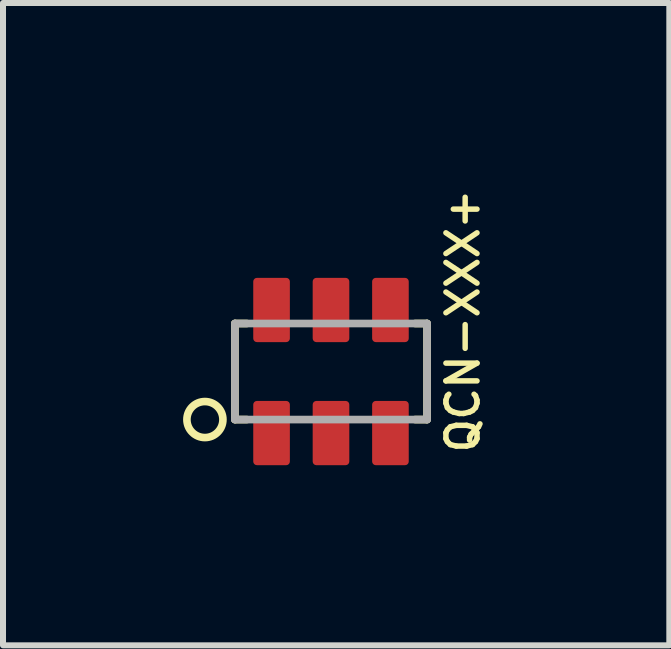
<source format=kicad_pcb>
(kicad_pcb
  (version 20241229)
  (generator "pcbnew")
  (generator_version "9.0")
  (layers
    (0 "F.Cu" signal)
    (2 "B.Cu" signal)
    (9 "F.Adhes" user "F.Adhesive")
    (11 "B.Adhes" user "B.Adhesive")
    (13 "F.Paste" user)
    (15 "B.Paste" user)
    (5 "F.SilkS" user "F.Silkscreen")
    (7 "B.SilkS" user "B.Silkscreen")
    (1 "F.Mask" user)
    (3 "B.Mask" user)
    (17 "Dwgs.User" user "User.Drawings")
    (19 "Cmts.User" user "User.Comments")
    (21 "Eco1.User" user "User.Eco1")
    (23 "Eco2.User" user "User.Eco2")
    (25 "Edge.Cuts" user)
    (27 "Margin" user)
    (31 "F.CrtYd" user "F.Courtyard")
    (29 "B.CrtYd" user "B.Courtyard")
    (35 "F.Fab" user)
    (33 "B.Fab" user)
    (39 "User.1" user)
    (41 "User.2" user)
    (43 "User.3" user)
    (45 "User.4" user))
  (footprint "QCN-XXX+"
    (layer "F.Cu")
    (at 2.463 3.138)
    (property "Reference" "QCN-XXX+" (at 2.5 1.4 90) (layer "F.SilkS") (effects (font (size 0.518 0.518) (thickness 0.091)) (justify left bottom)))
    (fp_line (start -1.6 -0.8) (end -1.6 0.8) (stroke (width 0.127) (type solid)) (layer "F.SilkS"))
    (fp_line (start -1.6 0.8) (end -1.4 0.8) (stroke (width 0.127) (type solid)) (layer "F.SilkS"))
    (fp_line (start -1.4 -0.8) (end -1.6 -0.8) (stroke (width 0.127) (type solid)) (layer "F.SilkS"))
    (fp_line (start 1.4 -0.8) (end 1.6 -0.8) (stroke (width 0.127) (type solid)) (layer "F.SilkS"))
    (fp_line (start 1.6 -0.8) (end 1.6 0.8) (stroke (width 0.127) (type solid)) (layer "F.SilkS"))
    (fp_line (start 1.6 0.8) (end 1.4 0.8) (stroke (width 0.127) (type solid)) (layer "F.SilkS"))
    (fp_circle (center -2.1 0.8) (end -1.8 0.8) (stroke (width 0.127) (type solid)) (fill no) (layer "F.SilkS"))
    (fp_poly (pts (xy -1.25 -0.55) (xy -0.75 -0.55) (xy -0.75 -1.5) (xy -1.25 -1.5)) (stroke (width 0) (type solid)) (fill yes) (layer "F.Paste"))
    (fp_poly (pts (xy -0.75 0.55) (xy -1.25 0.55) (xy -1.25 1.5) (xy -0.75 1.5)) (stroke (width 0) (type solid)) (fill yes) (layer "F.Paste"))
    (fp_poly (pts (xy -0.25 -0.55) (xy 0.25 -0.55) (xy 0.25 -1.5) (xy -0.25 -1.5)) (stroke (width 0) (type solid)) (fill yes) (layer "F.Paste"))
    (fp_poly (pts (xy 0.25 0.55) (xy -0.25 0.55) (xy -0.25 1.5) (xy 0.25 1.5)) (stroke (width 0) (type solid)) (fill yes) (layer "F.Paste"))
    (fp_poly (pts (xy 0.75 -0.55) (xy 1.25 -0.55) (xy 1.25 -1.5) (xy 0.75 -1.5)) (stroke (width 0) (type solid)) (fill yes) (layer "F.Paste"))
    (fp_poly (pts (xy 1.25 0.55) (xy 0.75 0.55) (xy 0.75 1.5) (xy 1.25 1.5)) (stroke (width 0) (type solid)) (fill yes) (layer "F.Paste"))
    (fp_line (start -1.6 -0.8) (end -1.6 0.8) (stroke (width 0.127) (type solid)) (layer "F.Fab"))
    (fp_line (start -1.6 0.8) (end 1.6 0.8) (stroke (width 0.127) (type solid)) (layer "F.Fab"))
    (fp_line (start 1.6 -0.8) (end -1.6 -0.8) (stroke (width 0.127) (type solid)) (layer "F.Fab"))
    (fp_line (start 1.6 0.8) (end 1.6 -0.8) (stroke (width 0.127) (type solid)) (layer "F.Fab"))
    (pad "1" smd roundrect (at -0.99 1.025) (size 0.61 1.07) (layers "F.Cu" "F.Mask") (roundrect_rratio 0.1))
    (pad "2" smd roundrect (at 0 1.025) (size 0.61 1.07) (layers "F.Cu" "F.Mask") (roundrect_rratio 0.1))
    (pad "3" smd roundrect (at 0.99 1.025) (size 0.61 1.07) (layers "F.Cu" "F.Mask") (roundrect_rratio 0.1))
    (pad "4" smd roundrect (at 0.99 -1.025 180) (size 0.61 1.07) (layers "F.Cu" "F.Mask") (roundrect_rratio 0.1))
    (pad "5" smd roundrect (at 0 -1.025 180) (size 0.61 1.07) (layers "F.Cu" "F.Mask") (roundrect_rratio 0.1))
    (pad "6" smd roundrect (at -0.99 -1.025 180) (size 0.61 1.07) (layers "F.Cu" "F.Mask") (roundrect_rratio 0.1)))
  (gr_rect
    (start -3 -3)
    (end 8.098 7.698)
    (stroke (width 0.1) (type default))
    (fill no)
    (layer "Edge.Cuts")))
</source>
